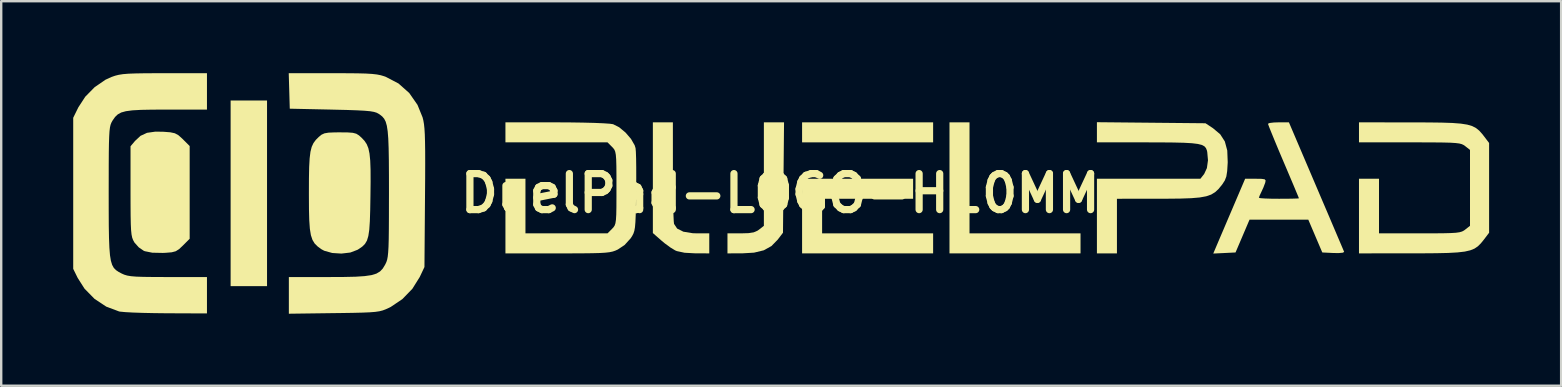
<source format=kicad_pcb>
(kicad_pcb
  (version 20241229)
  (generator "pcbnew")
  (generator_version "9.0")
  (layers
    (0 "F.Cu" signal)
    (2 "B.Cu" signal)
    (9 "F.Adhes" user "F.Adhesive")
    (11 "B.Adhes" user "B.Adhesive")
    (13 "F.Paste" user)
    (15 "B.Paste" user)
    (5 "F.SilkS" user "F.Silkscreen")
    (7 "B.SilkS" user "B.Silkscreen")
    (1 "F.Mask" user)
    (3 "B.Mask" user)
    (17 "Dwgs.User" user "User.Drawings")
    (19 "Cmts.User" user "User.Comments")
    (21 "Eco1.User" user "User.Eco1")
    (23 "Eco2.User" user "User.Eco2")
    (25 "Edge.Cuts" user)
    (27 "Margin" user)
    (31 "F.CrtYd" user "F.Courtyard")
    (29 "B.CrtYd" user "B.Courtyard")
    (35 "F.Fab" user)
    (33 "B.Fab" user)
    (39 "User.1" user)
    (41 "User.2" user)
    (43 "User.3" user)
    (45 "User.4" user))
  (footprint "DuelPad-LOGO-H10MM"
    (layer "F.Cu")
    (at 29.456 5.004)
    (property "Reference" "DuelPad-LOGO-H10MM" (at 0 0 0) (layer "F.SilkS") (effects (font (size 1.5 1.5) (thickness 0.3))))
    (attr board_only exclude_from_pos_files exclude_from_bom)
    (fp_poly (pts (xy -21.381 0) (xy -21.381 3.867) (xy -22.14 3.867) (xy -22.898 3.867) (xy -22.898 0) (xy -22.898 -3.867) (xy -22.14 -3.867) (xy -21.381 -3.867)) (stroke (width 0) (type solid)) (fill yes) (layer "F.SilkS"))
    (fp_poly (pts (xy 6.369 -2.54) (xy 6.369 -2.123) (xy 3.639 -2.123) (xy 0.91 -2.123) (xy 0.91 -2.54) (xy 0.91 -2.957) (xy 3.639 -2.957) (xy 6.369 -2.957)) (stroke (width 0) (type solid)) (fill yes) (layer "F.SilkS"))
    (fp_poly (pts (xy 7.885 -0.644) (xy 7.885 1.668) (xy 10.198 1.668) (xy 12.51 1.668) (xy 12.51 2.085) (xy 12.51 2.502) (xy 9.781 2.502) (xy 7.051 2.502) (xy 7.051 -0.227) (xy 7.051 -2.957) (xy 7.468 -2.957) (xy 7.885 -2.957)) (stroke (width 0) (type solid)) (fill yes) (layer "F.SilkS"))
    (fp_poly (pts (xy 5.535 -0.19) (xy 5.535 0.227) (xy 3.639 0.227) (xy 1.744 0.227) (xy 1.744 0.948) (xy 1.744 1.668) (xy 4.056 1.668) (xy 6.369 1.668) (xy 6.369 2.085) (xy 6.369 2.502) (xy 3.639 2.502) (xy 0.91 2.502) (xy 0.91 0.948) (xy 0.91 -0.607) (xy 3.222 -0.607) (xy 5.535 -0.607)) (stroke (width 0) (type solid)) (fill yes) (layer "F.SilkS"))
    (fp_poly (pts (xy 0.136 -0.657) (xy 0.114 1.642) (xy -0.105 1.929) (xy -0.367 2.197) (xy -0.687 2.374) (xy -1.093 2.472) (xy -1.573 2.5) (xy -2.199 2.502) (xy -2.199 2.085) (xy -2.199 1.668) (xy -1.64 1.668) (xy -1.319 1.659) (xy -1.104 1.625) (xy -0.948 1.557) (xy -0.882 1.511) (xy -0.682 1.354) (xy -0.682 -0.802) (xy -0.682 -2.957) (xy -0.262 -2.957) (xy 0.158 -2.957)) (stroke (width 0) (type solid)) (fill yes) (layer "F.SilkS"))
    (fp_poly (pts (xy -4.472 -0.929) (xy -4.47 -0.381) (xy -4.465 0.124) (xy -4.458 0.564) (xy -4.448 0.917) (xy -4.437 1.162) (xy -4.425 1.273) (xy -4.296 1.468) (xy -4.035 1.599) (xy -3.648 1.662) (xy -3.454 1.668) (xy -2.957 1.668) (xy -2.957 2.085) (xy -2.957 2.502) (xy -3.545 2.5) (xy -3.987 2.476) (xy -4.307 2.407) (xy -4.379 2.377) (xy -4.576 2.257) (xy -4.817 2.08) (xy -4.966 1.955) (xy -5.307 1.655) (xy -5.307 -0.651) (xy -5.307 -2.957) (xy -4.89 -2.957) (xy -4.473 -2.957)) (stroke (width 0) (type solid)) (fill yes) (layer "F.SilkS"))
    (fp_poly (pts (xy -25.703 -2.565) (xy -25.414 -2.543) (xy -25.222 -2.502) (xy -25.076 -2.423) (xy -24.92 -2.285) (xy -24.887 -2.252) (xy -24.604 -1.969) (xy -24.604 -0.038) (xy -24.604 1.893) (xy -24.888 2.177) (xy -25.046 2.326) (xy -25.184 2.413) (xy -25.352 2.457) (xy -25.602 2.478) (xy -25.722 2.483) (xy -26.161 2.474) (xy -26.475 2.411) (xy -26.517 2.394) (xy -26.725 2.251) (xy -26.903 2.052) (xy -26.915 2.032) (xy -26.962 1.945) (xy -26.999 1.846) (xy -27.026 1.715) (xy -27.045 1.532) (xy -27.057 1.276) (xy -27.064 0.929) (xy -27.067 0.468) (xy -27.068 -0.089) (xy -27.068 -1.96) (xy -26.88 -2.183) (xy -26.652 -2.395) (xy -26.382 -2.52) (xy -26.032 -2.57)) (stroke (width 0) (type solid)) (fill yes) (layer "F.SilkS"))
    (fp_poly (pts (xy 15.454 -2.941) (xy 17.716 -2.919) (xy 18.031 -2.711) (xy 18.329 -2.46) (xy 18.522 -2.161) (xy 18.623 -1.784) (xy 18.642 -1.302) (xy 18.64 -1.253) (xy 18.62 -0.926) (xy 18.585 -0.703) (xy 18.521 -0.535) (xy 18.416 -0.373) (xy 18.395 -0.346) (xy 18.258 -0.179) (xy 18.117 -0.048) (xy 17.953 0.052) (xy 17.745 0.124) (xy 17.474 0.173) (xy 17.12 0.203) (xy 16.664 0.219) (xy 16.084 0.225) (xy 15.79 0.226) (xy 14.027 0.227) (xy 14.027 1.365) (xy 14.027 2.502) (xy 13.61 2.502) (xy 13.193 2.502) (xy 13.193 0.948) (xy 13.193 -0.607) (xy 15.348 -0.607) (xy 17.504 -0.607) (xy 17.661 -0.806) (xy 17.775 -1.052) (xy 17.82 -1.377) (xy 17.789 -1.723) (xy 17.773 -1.792) (xy 17.736 -1.884) (xy 17.672 -1.958) (xy 17.565 -2.015) (xy 17.397 -2.057) (xy 17.154 -2.087) (xy 16.82 -2.106) (xy 16.378 -2.117) (xy 15.813 -2.122) (xy 15.274 -2.123) (xy 13.193 -2.123) (xy 13.193 -2.543) (xy 13.193 -2.963)) (stroke (width 0) (type solid)) (fill yes) (layer "F.SilkS"))
    (fp_poly (pts (xy -18.022 -2.537) (xy -17.807 -2.521) (xy -17.663 -2.483) (xy -17.549 -2.412) (xy -17.442 -2.316) (xy -17.321 -2.187) (xy -17.228 -2.048) (xy -17.159 -1.878) (xy -17.112 -1.657) (xy -17.082 -1.364) (xy -17.068 -0.98) (xy -17.066 -0.484) (xy -17.073 0.117) (xy -17.083 0.709) (xy -17.098 1.17) (xy -17.122 1.52) (xy -17.161 1.779) (xy -17.218 1.968) (xy -17.3 2.107) (xy -17.41 2.217) (xy -17.555 2.318) (xy -17.614 2.354) (xy -17.912 2.467) (xy -18.282 2.51) (xy -18.664 2.486) (xy -18.997 2.393) (xy -19.115 2.33) (xy -19.273 2.214) (xy -19.397 2.091) (xy -19.488 1.941) (xy -19.554 1.743) (xy -19.597 1.477) (xy -19.622 1.124) (xy -19.634 0.662) (xy -19.637 0.071) (xy -19.637 -0.021) (xy -19.635 -0.624) (xy -19.626 -1.095) (xy -19.606 -1.457) (xy -19.572 -1.731) (xy -19.52 -1.936) (xy -19.446 -2.095) (xy -19.347 -2.228) (xy -19.224 -2.35) (xy -19.111 -2.443) (xy -18.988 -2.499) (xy -18.817 -2.528) (xy -18.557 -2.539) (xy -18.348 -2.54)) (stroke (width 0) (type solid)) (fill yes) (layer "F.SilkS"))
    (fp_poly (pts (xy 26.291 -2.955) (xy 26.99 -2.953) (xy 27.554 -2.946) (xy 28.003 -2.931) (xy 28.353 -2.904) (xy 28.622 -2.862) (xy 28.827 -2.802) (xy 28.987 -2.719) (xy 29.119 -2.612) (xy 29.241 -2.477) (xy 29.314 -2.384) (xy 29.532 -2.097) (xy 29.532 -0.227) (xy 29.532 1.642) (xy 29.314 1.929) (xy 29.19 2.082) (xy 29.066 2.206) (xy 28.925 2.302) (xy 28.748 2.374) (xy 28.518 2.427) (xy 28.217 2.462) (xy 27.828 2.484) (xy 27.333 2.495) (xy 26.714 2.5) (xy 26.291 2.5) (xy 24.111 2.502) (xy 24.111 0.948) (xy 24.111 -0.607) (xy 24.528 -0.607) (xy 24.945 -0.607) (xy 24.945 0.531) (xy 24.945 1.668) (xy 26.641 1.668) (xy 27.193 1.667) (xy 27.614 1.664) (xy 27.926 1.656) (xy 28.148 1.643) (xy 28.301 1.621) (xy 28.407 1.59) (xy 28.486 1.548) (xy 28.536 1.511) (xy 28.736 1.354) (xy 28.736 -0.227) (xy 28.736 -1.809) (xy 28.536 -1.966) (xy 28.471 -2.012) (xy 28.395 -2.048) (xy 28.29 -2.076) (xy 28.137 -2.095) (xy 27.919 -2.109) (xy 27.617 -2.117) (xy 27.213 -2.121) (xy 26.689 -2.123) (xy 26.224 -2.123) (xy 24.111 -2.123) (xy 24.111 -2.54) (xy 24.111 -2.957)) (stroke (width 0) (type solid)) (fill yes) (layer "F.SilkS"))
    (fp_poly (pts (xy 21.192 -2.957) (xy 22.329 -0.292) (xy 22.584 0.306) (xy 22.821 0.86) (xy 23.032 1.356) (xy 23.211 1.777) (xy 23.352 2.108) (xy 23.448 2.333) (xy 23.491 2.437) (xy 23.493 2.441) (xy 23.439 2.473) (xy 23.271 2.489) (xy 23.051 2.487) (xy 22.582 2.464) (xy 22.291 1.782) (xy 22 1.099) (xy 20.775 1.099) (xy 19.55 1.099) (xy 19.259 1.782) (xy 18.968 2.464) (xy 18.504 2.487) (xy 18.04 2.509) (xy 18.146 2.259) (xy 18.209 2.11) (xy 18.32 1.849) (xy 18.468 1.504) (xy 18.639 1.101) (xy 18.81 0.701) (xy 19.368 -0.607) (xy 19.811 -0.607) (xy 20.058 -0.603) (xy 20.184 -0.583) (xy 20.222 -0.533) (xy 20.203 -0.438) (xy 20.202 -0.436) (xy 20.127 -0.238) (xy 20.045 -0.061) (xy 19.971 0.097) (xy 19.941 0.186) (xy 20.012 0.203) (xy 20.203 0.216) (xy 20.486 0.225) (xy 20.775 0.227) (xy 21.11 0.226) (xy 21.381 0.221) (xy 21.557 0.215) (xy 21.609 0.208) (xy 21.581 0.136) (xy 21.501 -0.055) (xy 21.38 -0.345) (xy 21.224 -0.713) (xy 21.043 -1.14) (xy 20.964 -1.325) (xy 20.775 -1.771) (xy 20.608 -2.172) (xy 20.472 -2.504) (xy 20.374 -2.747) (xy 20.325 -2.88) (xy 20.32 -2.898) (xy 20.389 -2.93) (xy 20.567 -2.951) (xy 20.756 -2.957)) (stroke (width 0) (type solid)) (fill yes) (layer "F.SilkS"))
    (fp_poly (pts (xy -9.345 -2.957) (xy -8.761 -2.954) (xy -8.224 -2.946) (xy -7.753 -2.934) (xy -7.371 -2.918) (xy -7.099 -2.899) (xy -6.965 -2.88) (xy -6.712 -2.753) (xy -6.449 -2.535) (xy -6.219 -2.269) (xy -6.064 -2) (xy -6.028 -1.883) (xy -6.015 -1.732) (xy -6.005 -1.457) (xy -6 -1.084) (xy -5.999 -0.64) (xy -6.003 -0.153) (xy -6.004 -0.032) (xy -6.012 0.499) (xy -6.021 0.901) (xy -6.034 1.198) (xy -6.052 1.411) (xy -6.079 1.563) (xy -6.117 1.678) (xy -6.169 1.777) (xy -6.231 1.873) (xy -6.485 2.153) (xy -6.767 2.341) (xy -6.871 2.388) (xy -6.98 2.425) (xy -7.112 2.453) (xy -7.286 2.473) (xy -7.523 2.487) (xy -7.84 2.495) (xy -8.256 2.5) (xy -8.791 2.502) (xy -9.274 2.502) (xy -11.449 2.502) (xy -11.449 0.948) (xy -11.449 -0.607) (xy -11.032 -0.607) (xy -10.615 -0.607) (xy -10.615 0.531) (xy -10.615 1.668) (xy -8.906 1.668) (xy -7.196 1.668) (xy -7.01 1.482) (xy -6.947 1.415) (xy -6.9 1.344) (xy -6.867 1.248) (xy -6.845 1.103) (xy -6.832 0.888) (xy -6.826 0.581) (xy -6.824 0.161) (xy -6.824 -0.227) (xy -6.824 -0.744) (xy -6.827 -1.131) (xy -6.835 -1.41) (xy -6.85 -1.604) (xy -6.875 -1.733) (xy -6.911 -1.821) (xy -6.963 -1.888) (xy -7.01 -1.937) (xy -7.196 -2.123) (xy -9.323 -2.123) (xy -11.449 -2.123) (xy -11.449 -2.54) (xy -11.449 -2.957)) (stroke (width 0) (type solid)) (fill yes) (layer "F.SilkS"))
    (fp_poly (pts (xy -23.884 -4.246) (xy -23.884 -3.488) (xy -25.555 -3.488) (xy -26.16 -3.486) (xy -26.632 -3.477) (xy -26.993 -3.457) (xy -27.261 -3.421) (xy -27.457 -3.367) (xy -27.6 -3.288) (xy -27.711 -3.182) (xy -27.808 -3.045) (xy -27.829 -3.01) (xy -27.868 -2.939) (xy -27.9 -2.855) (xy -27.925 -2.743) (xy -27.944 -2.587) (xy -27.957 -2.371) (xy -27.967 -2.079) (xy -27.973 -1.695) (xy -27.976 -1.202) (xy -27.977 -0.586) (xy -27.978 -0.049) (xy -27.977 0.72) (xy -27.974 1.352) (xy -27.965 1.862) (xy -27.949 2.266) (xy -27.924 2.577) (xy -27.886 2.811) (xy -27.833 2.983) (xy -27.764 3.108) (xy -27.675 3.199) (xy -27.564 3.274) (xy -27.44 3.34) (xy -27.33 3.389) (xy -27.206 3.426) (xy -27.045 3.453) (xy -26.825 3.471) (xy -26.523 3.481) (xy -26.116 3.486) (xy -25.583 3.488) (xy -25.517 3.488) (xy -23.884 3.488) (xy -23.884 4.246) (xy -23.884 5.004) (xy -25.571 4.997) (xy -26.08 4.991) (xy -26.554 4.981) (xy -26.966 4.967) (xy -27.29 4.949) (xy -27.5 4.929) (xy -27.543 4.922) (xy -28.077 4.722) (xy -28.568 4.397) (xy -28.984 3.973) (xy -29.269 3.526) (xy -29.456 3.147) (xy -29.456 0) (xy -29.456 -3.147) (xy -29.244 -3.579) (xy -28.953 -4.026) (xy -28.561 -4.424) (xy -28.111 -4.733) (xy -27.858 -4.848) (xy -27.711 -4.899) (xy -27.56 -4.937) (xy -27.381 -4.965) (xy -27.152 -4.984) (xy -26.849 -4.995) (xy -26.451 -5.002) (xy -25.934 -5.004) (xy -25.663 -5.004) (xy -23.884 -5.004)) (stroke (width 0) (type solid)) (fill yes) (layer "F.SilkS"))
    (fp_poly (pts (xy -18.072 -5.003) (xy -17.616 -4.999) (xy -17.267 -4.99) (xy -17.003 -4.974) (xy -16.802 -4.951) (xy -16.641 -4.919) (xy -16.498 -4.876) (xy -16.437 -4.854) (xy -15.904 -4.576) (xy -15.458 -4.181) (xy -15.113 -3.686) (xy -14.901 -3.165) (xy -14.869 -3.037) (xy -14.843 -2.887) (xy -14.823 -2.698) (xy -14.808 -2.456) (xy -14.799 -2.143) (xy -14.793 -1.743) (xy -14.792 -1.241) (xy -14.794 -0.62) (xy -14.8 0.136) (xy -14.8 0.166) (xy -14.823 3.071) (xy -15.02 3.488) (xy -15.327 3.978) (xy -15.743 4.407) (xy -16.227 4.733) (xy -16.301 4.77) (xy -16.435 4.831) (xy -16.56 4.878) (xy -16.698 4.913) (xy -16.871 4.939) (xy -17.099 4.957) (xy -17.405 4.97) (xy -17.81 4.98) (xy -18.337 4.988) (xy -18.595 4.991) (xy -20.472 5.016) (xy -20.472 4.252) (xy -20.472 3.488) (xy -18.806 3.488) (xy -18.183 3.485) (xy -17.692 3.474) (xy -17.315 3.449) (xy -17.032 3.408) (xy -16.825 3.345) (xy -16.674 3.255) (xy -16.561 3.136) (xy -16.466 2.981) (xy -16.446 2.942) (xy -16.407 2.858) (xy -16.376 2.76) (xy -16.352 2.633) (xy -16.334 2.459) (xy -16.32 2.223) (xy -16.311 1.908) (xy -16.306 1.497) (xy -16.303 0.975) (xy -16.302 0.324) (xy -16.301 0.001) (xy -16.302 -0.759) (xy -16.306 -1.383) (xy -16.315 -1.885) (xy -16.33 -2.281) (xy -16.355 -2.586) (xy -16.39 -2.815) (xy -16.438 -2.984) (xy -16.501 -3.107) (xy -16.58 -3.2) (xy -16.678 -3.278) (xy -16.728 -3.311) (xy -16.813 -3.357) (xy -16.926 -3.392) (xy -17.087 -3.42) (xy -17.317 -3.441) (xy -17.636 -3.458) (xy -18.064 -3.473) (xy -18.621 -3.486) (xy -18.686 -3.488) (xy -20.434 -3.526) (xy -20.455 -4.265) (xy -20.477 -5.004) (xy -18.658 -5.004)) (stroke (width 0) (type solid)) (fill yes) (layer "F.SilkS")))
  (gr_rect
    (start -3 -3)
    (end 61.989 13.02)
    (stroke (width 0.1) (type default))
    (fill no)
    (layer "Edge.Cuts")))
</source>
